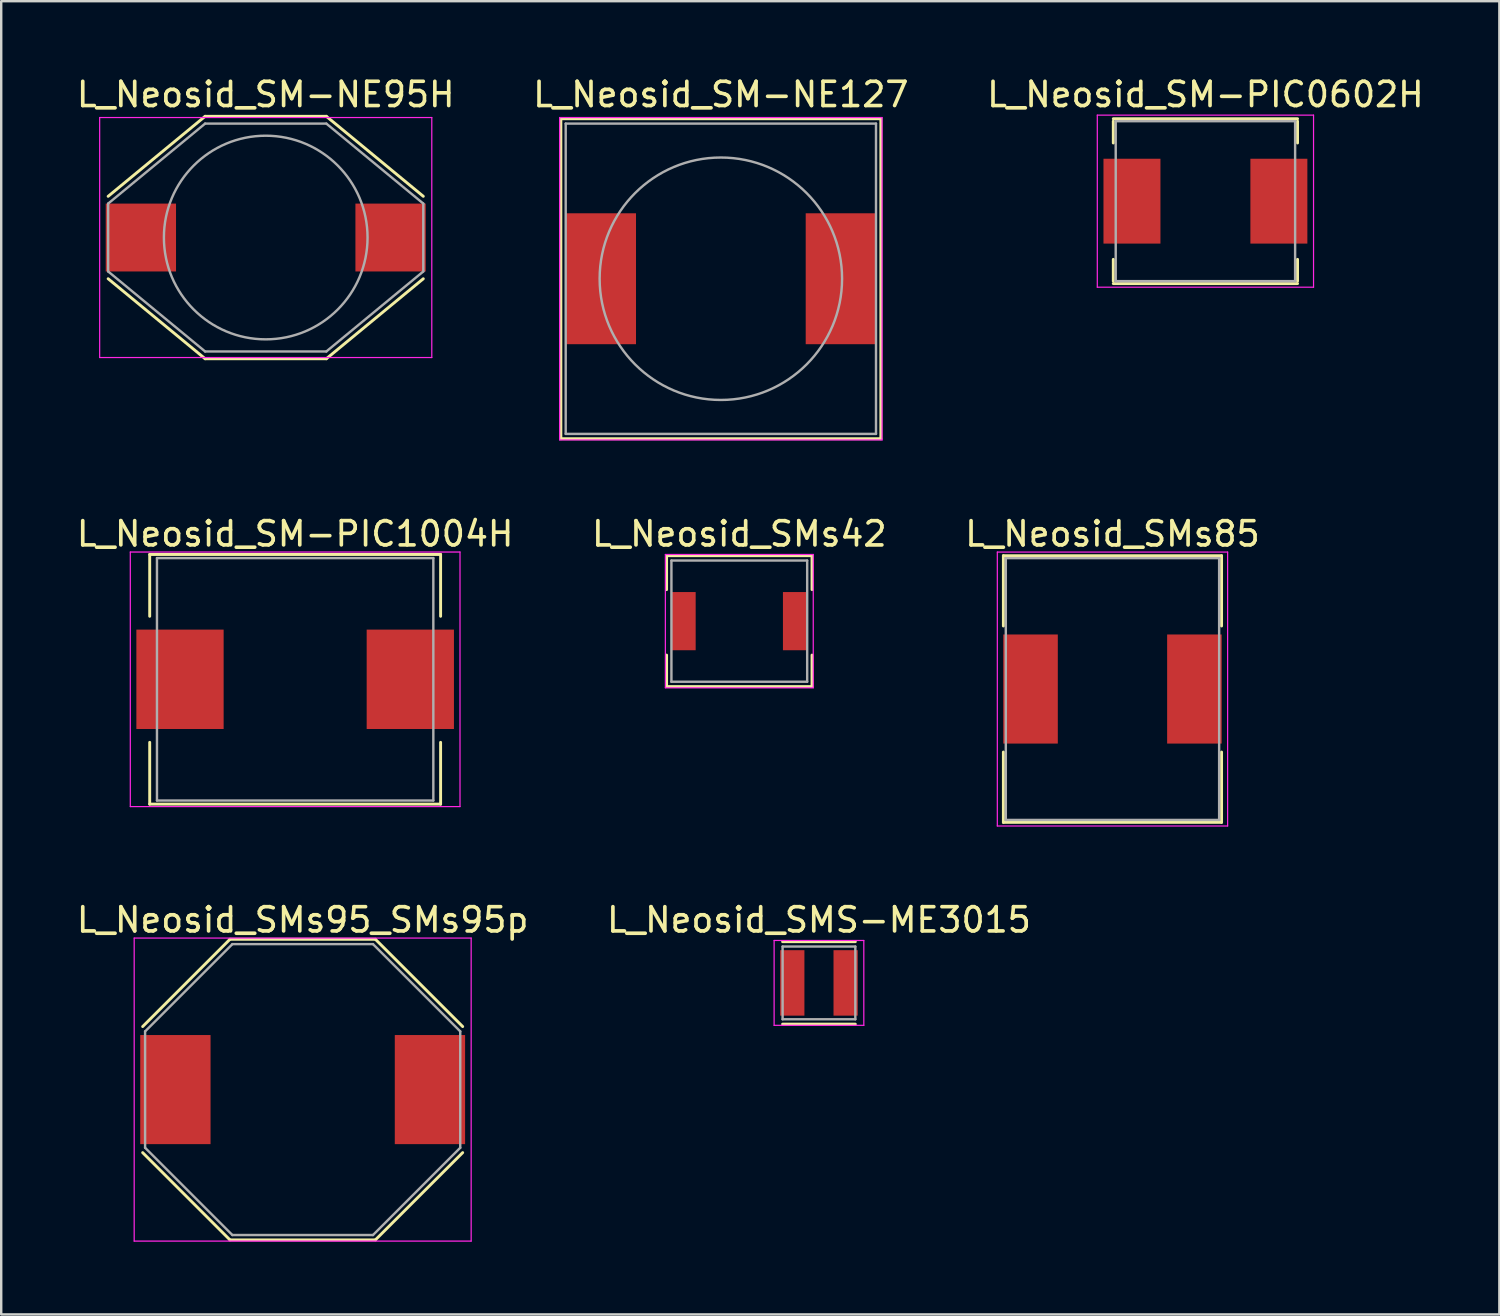
<source format=kicad_pcb>
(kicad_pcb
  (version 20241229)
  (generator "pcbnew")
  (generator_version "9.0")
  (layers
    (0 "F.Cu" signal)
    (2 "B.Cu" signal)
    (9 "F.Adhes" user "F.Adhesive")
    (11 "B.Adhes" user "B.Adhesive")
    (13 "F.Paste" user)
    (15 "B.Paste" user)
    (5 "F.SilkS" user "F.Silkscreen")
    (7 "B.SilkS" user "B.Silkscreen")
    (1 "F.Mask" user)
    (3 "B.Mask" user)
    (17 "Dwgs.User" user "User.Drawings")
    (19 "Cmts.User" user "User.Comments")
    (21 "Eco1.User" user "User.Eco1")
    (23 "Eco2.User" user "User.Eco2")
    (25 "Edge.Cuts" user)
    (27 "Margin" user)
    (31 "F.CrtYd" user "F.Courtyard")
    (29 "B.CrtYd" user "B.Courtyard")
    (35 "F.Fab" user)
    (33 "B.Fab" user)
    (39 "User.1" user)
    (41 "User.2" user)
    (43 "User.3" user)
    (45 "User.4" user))
  (footprint "L_Neosid_SM-NE95H"
    (layer "F.Cu")
    (at 7.911 6.748)
    (property "Reference" "L_Neosid_SM-NE95H" (at 0 -5.9 0) (layer "F.SilkS") (effects (font (size 1 1) (thickness 0.15))))
    (attr smd)
    (fp_line (start -6.5 -1.7) (end -2.5 -5) (stroke (width 0.12) (type solid)) (layer "F.SilkS"))
    (fp_line (start -2.5 -5) (end 2.5 -5) (stroke (width 0.12) (type solid)) (layer "F.SilkS"))
    (fp_line (start -2.5 5) (end -6.5 1.7) (stroke (width 0.12) (type solid)) (layer "F.SilkS"))
    (fp_line (start 2.5 -5) (end 6.5 -1.7) (stroke (width 0.12) (type solid)) (layer "F.SilkS"))
    (fp_line (start 2.5 5) (end -2.5 5) (stroke (width 0.12) (type solid)) (layer "F.SilkS"))
    (fp_line (start 6.5 1.7) (end 2.5 5) (stroke (width 0.12) (type solid)) (layer "F.SilkS"))
    (fp_line (start -6.85 -4.95) (end -6.85 4.95) (stroke (width 0.05) (type solid)) (layer "F.CrtYd"))
    (fp_line (start -6.85 -4.95) (end 6.85 -4.95) (stroke (width 0.05) (type solid)) (layer "F.CrtYd"))
    (fp_line (start 6.85 4.95) (end -6.85 4.95) (stroke (width 0.05) (type solid)) (layer "F.CrtYd"))
    (fp_line (start 6.85 4.95) (end 6.85 -4.95) (stroke (width 0.05) (type solid)) (layer "F.CrtYd"))
    (fp_line (start -6.5 -1.4) (end -2.5 -4.7) (stroke (width 0.1) (type solid)) (layer "F.Fab"))
    (fp_line (start -6.5 1.4) (end -6.5 -1.4) (stroke (width 0.1) (type solid)) (layer "F.Fab"))
    (fp_line (start -2.5 -4.7) (end 2.5 -4.7) (stroke (width 0.1) (type solid)) (layer "F.Fab"))
    (fp_line (start -2.5 4.7) (end -6.5 1.4) (stroke (width 0.1) (type solid)) (layer "F.Fab"))
    (fp_line (start 2.5 -4.7) (end 6.5 -1.4) (stroke (width 0.1) (type solid)) (layer "F.Fab"))
    (fp_line (start 2.5 4.7) (end -2.5 4.7) (stroke (width 0.1) (type solid)) (layer "F.Fab"))
    (fp_line (start 6.5 -1.4) (end 6.5 1.4) (stroke (width 0.1) (type solid)) (layer "F.Fab"))
    (fp_line (start 6.5 1.4) (end 2.5 4.7) (stroke (width 0.1) (type solid)) (layer "F.Fab"))
    (fp_circle (center 0 0) (end 0 -4.2) (stroke (width 0.1) (type solid)) (fill no) (layer "F.Fab"))
    (pad "1" smd rect (at -5.15 0) (size 2.9 2.8) (layers "F.Cu" "F.Mask" "F.Paste"))
    (pad "2" smd rect (at 5.15 0) (size 2.9 2.8) (layers "F.Cu" "F.Mask" "F.Paste")))
  (footprint "L_Neosid_SMs85"
    (layer "F.Cu")
    (at 42.839 25.372)
    (property "Reference" "L_Neosid_SMs85" (at 0 -6.4 0) (layer "F.SilkS") (effects (font (size 1 1) (thickness 0.15))))
    (attr smd)
    (fp_line (start -4.5 -5.5) (end 4.5 -5.5) (stroke (width 0.12) (type solid)) (layer "F.SilkS"))
    (fp_line (start -4.5 -2.6) (end -4.5 -5.5) (stroke (width 0.12) (type solid)) (layer "F.SilkS"))
    (fp_line (start -4.5 5.5) (end -4.5 2.6) (stroke (width 0.12) (type solid)) (layer "F.SilkS"))
    (fp_line (start 4.5 -5.5) (end 4.5 -2.6) (stroke (width 0.12) (type solid)) (layer "F.SilkS"))
    (fp_line (start 4.5 2.6) (end 4.5 5.5) (stroke (width 0.12) (type solid)) (layer "F.SilkS"))
    (fp_line (start 4.5 5.5) (end -4.5 5.5) (stroke (width 0.12) (type solid)) (layer "F.SilkS"))
    (fp_line (start -4.75 -5.65) (end -4.75 5.65) (stroke (width 0.05) (type solid)) (layer "F.CrtYd"))
    (fp_line (start -4.75 -5.65) (end 4.75 -5.65) (stroke (width 0.05) (type solid)) (layer "F.CrtYd"))
    (fp_line (start 4.75 5.65) (end -4.75 5.65) (stroke (width 0.05) (type solid)) (layer "F.CrtYd"))
    (fp_line (start 4.75 5.65) (end 4.75 -5.65) (stroke (width 0.05) (type solid)) (layer "F.CrtYd"))
    (fp_line (start -4.4 -5.4) (end 4.4 -5.4) (stroke (width 0.1) (type solid)) (layer "F.Fab"))
    (fp_line (start -4.4 5.4) (end -4.4 -5.4) (stroke (width 0.1) (type solid)) (layer "F.Fab"))
    (fp_line (start 4.4 -5.4) (end 4.4 5.4) (stroke (width 0.1) (type solid)) (layer "F.Fab"))
    (fp_line (start 4.4 5.4) (end -4.4 5.4) (stroke (width 0.1) (type solid)) (layer "F.Fab"))
    (pad "1" smd rect (at -3.38 0) (size 2.25 4.5) (layers "F.Cu" "F.Mask" "F.Paste"))
    (pad "2" smd rect (at 3.38 0) (size 2.25 4.5) (layers "F.Cu" "F.Mask" "F.Paste")))
  (footprint "L_Neosid_SMs42"
    (layer "F.Cu")
    (at 27.446 22.572)
    (property "Reference" "L_Neosid_SMs42" (at 0 -3.6 0) (layer "F.SilkS") (effects (font (size 1 1) (thickness 0.15))))
    (attr smd)
    (fp_line (start -3 -2.7) (end 3 -2.7) (stroke (width 0.12) (type solid)) (layer "F.SilkS"))
    (fp_line (start -3 -1.3) (end -3 -2.7) (stroke (width 0.12) (type solid)) (layer "F.SilkS"))
    (fp_line (start -3 2.7) (end -3 1.4) (stroke (width 0.12) (type solid)) (layer "F.SilkS"))
    (fp_line (start 3 -2.7) (end 3 -1.3) (stroke (width 0.12) (type solid)) (layer "F.SilkS"))
    (fp_line (start 3 1.4) (end 3 2.7) (stroke (width 0.12) (type solid)) (layer "F.SilkS"))
    (fp_line (start 3 2.7) (end -3 2.7) (stroke (width 0.12) (type solid)) (layer "F.SilkS"))
    (fp_line (start -3.05 -2.75) (end -3.05 2.75) (stroke (width 0.05) (type solid)) (layer "F.CrtYd"))
    (fp_line (start -3.05 -2.75) (end 3.05 -2.75) (stroke (width 0.05) (type solid)) (layer "F.CrtYd"))
    (fp_line (start 3.05 2.75) (end -3.05 2.75) (stroke (width 0.05) (type solid)) (layer "F.CrtYd"))
    (fp_line (start 3.05 2.75) (end 3.05 -2.75) (stroke (width 0.05) (type solid)) (layer "F.CrtYd"))
    (fp_line (start -2.8 -2.5) (end 2.8 -2.5) (stroke (width 0.1) (type solid)) (layer "F.Fab"))
    (fp_line (start -2.8 2.5) (end -2.8 -2.5) (stroke (width 0.1) (type solid)) (layer "F.Fab"))
    (fp_line (start 2.8 -2.5) (end 2.8 2.5) (stroke (width 0.1) (type solid)) (layer "F.Fab"))
    (fp_line (start 2.8 2.5) (end -2.8 2.5) (stroke (width 0.1) (type solid)) (layer "F.Fab"))
    (pad "1" smd rect (at -2.3 0) (size 1 2.4) (layers "F.Cu" "F.Mask" "F.Paste"))
    (pad "2" smd rect (at 2.3 0) (size 1 2.4) (layers "F.Cu" "F.Mask" "F.Paste")))
  (footprint "L_Neosid_SM-PIC1004H"
    (layer "F.Cu")
    (at 9.125 24.971)
    (property "Reference" "L_Neosid_SM-PIC1004H" (at 0 -6 0) (layer "F.SilkS") (effects (font (size 1 1) (thickness 0.15))))
    (attr smd)
    (fp_line (start -6 -5.15) (end -6 -2.6) (stroke (width 0.12) (type solid)) (layer "F.SilkS"))
    (fp_line (start -6 2.6) (end -6 5.15) (stroke (width 0.12) (type solid)) (layer "F.SilkS"))
    (fp_line (start -6 5.15) (end 6 5.15) (stroke (width 0.12) (type solid)) (layer "F.SilkS"))
    (fp_line (start 6 -5.15) (end -6 -5.15) (stroke (width 0.12) (type solid)) (layer "F.SilkS"))
    (fp_line (start 6 -2.6) (end 6 -5.15) (stroke (width 0.12) (type solid)) (layer "F.SilkS"))
    (fp_line (start 6 5.15) (end 6 2.6) (stroke (width 0.12) (type solid)) (layer "F.SilkS"))
    (fp_line (start -6.8 -5.25) (end -6.8 5.25) (stroke (width 0.05) (type solid)) (layer "F.CrtYd"))
    (fp_line (start -6.8 -5.25) (end 6.8 -5.25) (stroke (width 0.05) (type solid)) (layer "F.CrtYd"))
    (fp_line (start 6.8 5.25) (end -6.8 5.25) (stroke (width 0.05) (type solid)) (layer "F.CrtYd"))
    (fp_line (start 6.8 5.25) (end 6.8 -5.25) (stroke (width 0.05) (type solid)) (layer "F.CrtYd"))
    (fp_line (start -5.7 -5) (end 5.7 -5) (stroke (width 0.1) (type solid)) (layer "F.Fab"))
    (fp_line (start -5.7 5) (end -5.7 -5) (stroke (width 0.1) (type solid)) (layer "F.Fab"))
    (fp_line (start 5.7 -5) (end 5.7 5) (stroke (width 0.1) (type solid)) (layer "F.Fab"))
    (fp_line (start 5.7 5) (end -5.7 5) (stroke (width 0.1) (type solid)) (layer "F.Fab"))
    (pad "1" smd rect (at -4.75 0) (size 3.6 4.1) (layers "F.Cu" "F.Mask" "F.Paste"))
    (pad "2" smd rect (at 4.75 0) (size 3.6 4.1) (layers "F.Cu" "F.Mask" "F.Paste")))
  (footprint "L_Neosid_SMS-ME3015"
    (layer "F.Cu")
    (at 30.732 37.495)
    (property "Reference" "L_Neosid_SMS-ME3015" (at 0 -2.6 0) (layer "F.SilkS") (effects (font (size 1 1) (thickness 0.15))))
    (attr smd)
    (fp_line (start 1.5 -1.7) (end -1.5 -1.7) (stroke (width 0.12) (type solid)) (layer "F.SilkS"))
    (fp_line (start 1.5 1.7) (end -1.5 1.7) (stroke (width 0.12) (type solid)) (layer "F.SilkS"))
    (fp_line (start -1.85 -1.75) (end -1.85 1.75) (stroke (width 0.05) (type solid)) (layer "F.CrtYd"))
    (fp_line (start -1.85 -1.75) (end 1.85 -1.75) (stroke (width 0.05) (type solid)) (layer "F.CrtYd"))
    (fp_line (start 1.85 1.75) (end -1.85 1.75) (stroke (width 0.05) (type solid)) (layer "F.CrtYd"))
    (fp_line (start 1.85 1.75) (end 1.85 -1.75) (stroke (width 0.05) (type solid)) (layer "F.CrtYd"))
    (fp_line (start -1.5 -1.5) (end -1.5 1.5) (stroke (width 0.1) (type solid)) (layer "F.Fab"))
    (fp_line (start -1.5 1.5) (end 1.5 1.5) (stroke (width 0.1) (type solid)) (layer "F.Fab"))
    (fp_line (start 1.5 -1.5) (end -1.5 -1.5) (stroke (width 0.1) (type solid)) (layer "F.Fab"))
    (fp_line (start 1.5 1.5) (end 1.5 -1.5) (stroke (width 0.1) (type solid)) (layer "F.Fab"))
    (pad "1" smd rect (at -1.1 0) (size 1 2.7) (layers "F.Cu" "F.Mask" "F.Paste"))
    (pad "2" smd rect (at 1.1 0) (size 1 2.7) (layers "F.Cu" "F.Mask" "F.Paste")))
  (footprint "L_Neosid_SM-PIC0602H"
    (layer "F.Cu")
    (at 46.673 5.248)
    (property "Reference" "L_Neosid_SM-PIC0602H" (at 0 -4.4 0) (layer "F.SilkS") (effects (font (size 1 1) (thickness 0.15))))
    (attr smd)
    (fp_line (start -3.8 -3.3) (end -3.8 -2.4) (stroke (width 0.12) (type solid)) (layer "F.SilkS"))
    (fp_line (start -3.8 2.4) (end -3.8 3.3) (stroke (width 0.12) (type solid)) (layer "F.SilkS"))
    (fp_line (start -3.8 3.4) (end 3.8 3.4) (stroke (width 0.12) (type solid)) (layer "F.SilkS"))
    (fp_line (start 3.8 -3.4) (end -3.8 -3.4) (stroke (width 0.12) (type solid)) (layer "F.SilkS"))
    (fp_line (start 3.8 -2.4) (end 3.8 -3.3) (stroke (width 0.12) (type solid)) (layer "F.SilkS"))
    (fp_line (start 3.8 3.3) (end 3.8 2.4) (stroke (width 0.12) (type solid)) (layer "F.SilkS"))
    (fp_line (start -4.46 -3.55) (end -4.46 3.55) (stroke (width 0.05) (type solid)) (layer "F.CrtYd"))
    (fp_line (start -4.46 -3.55) (end 4.46 -3.55) (stroke (width 0.05) (type solid)) (layer "F.CrtYd"))
    (fp_line (start 4.46 3.55) (end -4.46 3.55) (stroke (width 0.05) (type solid)) (layer "F.CrtYd"))
    (fp_line (start 4.46 3.55) (end 4.46 -3.55) (stroke (width 0.05) (type solid)) (layer "F.CrtYd"))
    (fp_line (start -3.7 -3.3) (end -3.7 3.3) (stroke (width 0.1) (type solid)) (layer "F.Fab"))
    (fp_line (start -3.7 3.3) (end 3.7 3.3) (stroke (width 0.1) (type solid)) (layer "F.Fab"))
    (fp_line (start 3.7 -3.3) (end -3.7 -3.3) (stroke (width 0.1) (type solid)) (layer "F.Fab"))
    (fp_line (start 3.7 3.3) (end 3.7 -3.3) (stroke (width 0.1) (type solid)) (layer "F.Fab"))
    (pad "1" smd rect (at -3.03 0) (size 2.35 3.5) (layers "F.Cu" "F.Mask" "F.Paste"))
    (pad "2" smd rect (at 3.03 0) (size 2.35 3.5) (layers "F.Cu" "F.Mask" "F.Paste")))
  (footprint "L_Neosid_SMs95_SMs95p"
    (layer "F.Cu")
    (at 9.435 41.895)
    (property "Reference" "L_Neosid_SMs95_SMs95p" (at 0 -7 0) (layer "F.SilkS") (effects (font (size 1 1) (thickness 0.15))))
    (attr smd)
    (fp_line (start -6.6 -2.6) (end -3 -6.2) (stroke (width 0.12) (type solid)) (layer "F.SilkS"))
    (fp_line (start -3 -6.2) (end 3 -6.2) (stroke (width 0.12) (type solid)) (layer "F.SilkS"))
    (fp_line (start -3 6.2) (end -6.6 2.6) (stroke (width 0.12) (type solid)) (layer "F.SilkS"))
    (fp_line (start 3 -6.2) (end 6.6 -2.6) (stroke (width 0.12) (type solid)) (layer "F.SilkS"))
    (fp_line (start 3 6.2) (end -3 6.2) (stroke (width 0.12) (type solid)) (layer "F.SilkS"))
    (fp_line (start 6.6 2.6) (end 3 6.2) (stroke (width 0.12) (type solid)) (layer "F.SilkS"))
    (fp_line (start -6.95 -6.25) (end -6.95 6.25) (stroke (width 0.05) (type solid)) (layer "F.CrtYd"))
    (fp_line (start -6.95 -6.25) (end 6.95 -6.25) (stroke (width 0.05) (type solid)) (layer "F.CrtYd"))
    (fp_line (start 6.95 6.25) (end -6.95 6.25) (stroke (width 0.05) (type solid)) (layer "F.CrtYd"))
    (fp_line (start 6.95 6.25) (end 6.95 -6.25) (stroke (width 0.05) (type solid)) (layer "F.CrtYd"))
    (fp_line (start -6.5 -2.4) (end -6.5 2.4) (stroke (width 0.1) (type solid)) (layer "F.Fab"))
    (fp_line (start -6.5 -2.4) (end -2.9 -6) (stroke (width 0.1) (type solid)) (layer "F.Fab"))
    (fp_line (start -6.5 2.4) (end -2.9 6) (stroke (width 0.1) (type solid)) (layer "F.Fab"))
    (fp_line (start -2.9 6) (end 2.9 6) (stroke (width 0.1) (type solid)) (layer "F.Fab"))
    (fp_line (start 2.9 -6) (end -2.9 -6) (stroke (width 0.1) (type solid)) (layer "F.Fab"))
    (fp_line (start 2.9 6) (end 6.5 2.4) (stroke (width 0.1) (type solid)) (layer "F.Fab"))
    (fp_line (start 6.5 -2.4) (end 2.9 -6) (stroke (width 0.1) (type solid)) (layer "F.Fab"))
    (fp_line (start 6.5 2.4) (end 6.5 -2.4) (stroke (width 0.1) (type solid)) (layer "F.Fab"))
    (pad "1" smd rect (at -5.25 0) (size 2.9 4.5) (layers "F.Cu" "F.Mask" "F.Paste"))
    (pad "2" smd rect (at 5.25 0) (size 2.9 4.5) (layers "F.Cu" "F.Mask" "F.Paste")))
  (footprint "L_Neosid_SM-NE127"
    (layer "F.Cu")
    (at 26.685 8.448)
    (property "Reference" "L_Neosid_SM-NE127" (at 0 -7.6 0) (layer "F.SilkS") (effects (font (size 1 1) (thickness 0.15))))
    (attr smd)
    (fp_line (start -6.6 -6.6) (end 6.6 -6.6) (stroke (width 0.12) (type solid)) (layer "F.SilkS"))
    (fp_line (start -6.6 6.6) (end -6.6 -6.6) (stroke (width 0.12) (type solid)) (layer "F.SilkS"))
    (fp_line (start 6.6 -6.6) (end 6.6 6.6) (stroke (width 0.12) (type solid)) (layer "F.SilkS"))
    (fp_line (start 6.6 6.6) (end -6.6 6.6) (stroke (width 0.12) (type solid)) (layer "F.SilkS"))
    (fp_line (start -6.65 -6.65) (end -6.65 6.65) (stroke (width 0.05) (type solid)) (layer "F.CrtYd"))
    (fp_line (start -6.65 -6.65) (end 6.65 -6.65) (stroke (width 0.05) (type solid)) (layer "F.CrtYd"))
    (fp_line (start 6.65 6.65) (end -6.65 6.65) (stroke (width 0.05) (type solid)) (layer "F.CrtYd"))
    (fp_line (start 6.65 6.65) (end 6.65 -6.65) (stroke (width 0.05) (type solid)) (layer "F.CrtYd"))
    (fp_line (start -6.4 -6.4) (end 6.4 -6.4) (stroke (width 0.1) (type solid)) (layer "F.Fab"))
    (fp_line (start -6.4 6.4) (end -6.4 -6.4) (stroke (width 0.1) (type solid)) (layer "F.Fab"))
    (fp_line (start 6.4 -6.4) (end 6.4 6.4) (stroke (width 0.1) (type solid)) (layer "F.Fab"))
    (fp_line (start 6.4 6.4) (end -6.4 6.4) (stroke (width 0.1) (type solid)) (layer "F.Fab"))
    (fp_circle (center 0 0) (end 5 0) (stroke (width 0.1) (type solid)) (fill no) (layer "F.Fab"))
    (pad "1" smd rect (at -4.95 0) (size 2.9 5.4) (layers "F.Cu" "F.Mask" "F.Paste"))
    (pad "2" smd rect (at 4.95 0) (size 2.9 5.4) (layers "F.Cu" "F.Mask" "F.Paste")))
  (gr_rect
    (start -3 -3)
    (end 58.798 51.17)
    (stroke (width 0.1) (type default))
    (fill no)
    (layer "Edge.Cuts")))
</source>
